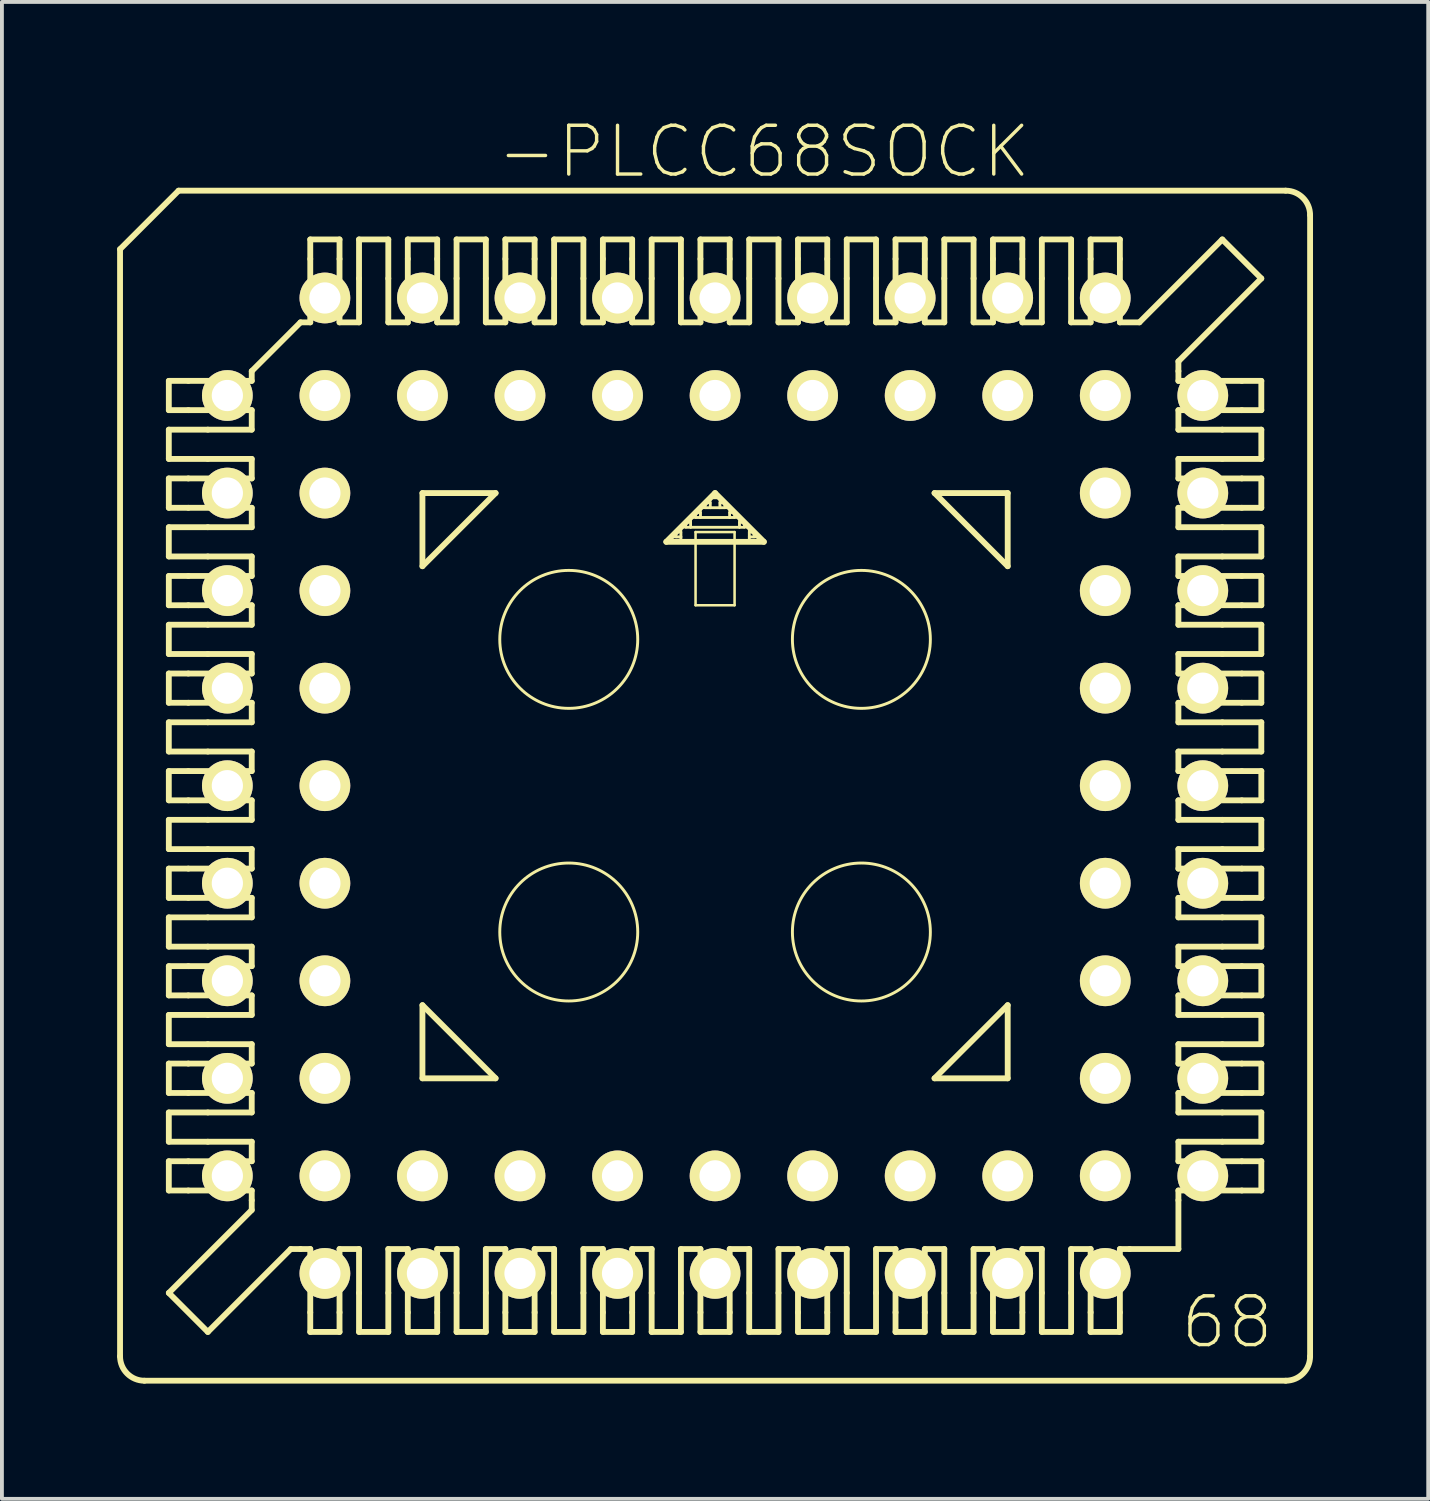
<source format=kicad_pcb>
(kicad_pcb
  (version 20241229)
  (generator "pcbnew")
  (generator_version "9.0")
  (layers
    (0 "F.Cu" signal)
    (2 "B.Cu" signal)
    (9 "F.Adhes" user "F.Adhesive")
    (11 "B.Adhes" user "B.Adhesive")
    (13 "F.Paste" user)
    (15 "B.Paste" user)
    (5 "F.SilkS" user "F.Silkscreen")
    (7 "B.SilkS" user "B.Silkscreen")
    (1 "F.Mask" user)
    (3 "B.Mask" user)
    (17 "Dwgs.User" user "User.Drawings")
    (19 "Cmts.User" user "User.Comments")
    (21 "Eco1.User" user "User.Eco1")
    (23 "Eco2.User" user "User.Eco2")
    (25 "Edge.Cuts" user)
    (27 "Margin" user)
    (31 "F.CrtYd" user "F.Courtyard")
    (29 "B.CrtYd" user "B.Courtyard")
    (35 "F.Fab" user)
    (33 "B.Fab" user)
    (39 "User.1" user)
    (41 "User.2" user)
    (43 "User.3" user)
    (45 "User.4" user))
  (footprint "-PLCC68SOCK"
    (layer "F.Cu")
    (at 15.57 17.409)
    (property "Reference" "-PLCC68SOCK" (at 1.27 -16.51 0) (layer "F.SilkS") (effects (font (size 1.27 1.27) (thickness 0.089))))
    (attr exclude_from_pos_files exclude_from_bom)
    (fp_line (start -15.494 -13.97) (end -15.494 14.859) (stroke (width 0.152) (type solid)) (layer "F.SilkS"))
    (fp_line (start -14.224 -10.541) (end -14.224 -9.779) (stroke (width 0.152) (type solid)) (layer "F.SilkS"))
    (fp_line (start -14.224 -9.779) (end -13.716 -9.779) (stroke (width 0.152) (type solid)) (layer "F.SilkS"))
    (fp_line (start -14.224 -9.271) (end -14.224 -8.509) (stroke (width 0.152) (type solid)) (layer "F.SilkS"))
    (fp_line (start -14.224 -8.509) (end -13.208 -8.509) (stroke (width 0.152) (type solid)) (layer "F.SilkS"))
    (fp_line (start -14.224 -8.001) (end -13.716 -8.001) (stroke (width 0.152) (type solid)) (layer "F.SilkS"))
    (fp_line (start -14.224 -7.236) (end -14.224 -8.001) (stroke (width 0.152) (type solid)) (layer "F.SilkS"))
    (fp_line (start -14.224 -6.731) (end -14.224 -5.969) (stroke (width 0.152) (type solid)) (layer "F.SilkS"))
    (fp_line (start -14.224 -5.969) (end -13.208 -5.969) (stroke (width 0.152) (type solid)) (layer "F.SilkS"))
    (fp_line (start -14.224 -5.461) (end -14.224 -4.699) (stroke (width 0.152) (type solid)) (layer "F.SilkS"))
    (fp_line (start -14.224 -4.699) (end -13.716 -4.699) (stroke (width 0.152) (type solid)) (layer "F.SilkS"))
    (fp_line (start -14.224 -4.191) (end -14.224 -3.429) (stroke (width 0.152) (type solid)) (layer "F.SilkS"))
    (fp_line (start -14.224 -3.429) (end -13.208 -3.429) (stroke (width 0.152) (type solid)) (layer "F.SilkS"))
    (fp_line (start -14.224 -2.921) (end -14.224 -2.159) (stroke (width 0.152) (type solid)) (layer "F.SilkS"))
    (fp_line (start -14.224 -2.159) (end -13.716 -2.159) (stroke (width 0.152) (type solid)) (layer "F.SilkS"))
    (fp_line (start -14.224 -1.651) (end -13.208 -1.651) (stroke (width 0.152) (type solid)) (layer "F.SilkS"))
    (fp_line (start -14.224 -0.889) (end -14.224 -1.651) (stroke (width 0.152) (type solid)) (layer "F.SilkS"))
    (fp_line (start -14.224 -0.381) (end -13.716 -0.381) (stroke (width 0.152) (type solid)) (layer "F.SilkS"))
    (fp_line (start -14.224 0.381) (end -14.224 -0.381) (stroke (width 0.152) (type solid)) (layer "F.SilkS"))
    (fp_line (start -14.224 0.889) (end -13.208 0.889) (stroke (width 0.152) (type solid)) (layer "F.SilkS"))
    (fp_line (start -14.224 1.651) (end -14.224 0.889) (stroke (width 0.152) (type solid)) (layer "F.SilkS"))
    (fp_line (start -14.224 2.159) (end -13.716 2.159) (stroke (width 0.152) (type solid)) (layer "F.SilkS"))
    (fp_line (start -14.224 2.921) (end -14.224 2.159) (stroke (width 0.152) (type solid)) (layer "F.SilkS"))
    (fp_line (start -14.224 3.429) (end -13.208 3.429) (stroke (width 0.152) (type solid)) (layer "F.SilkS"))
    (fp_line (start -14.224 4.191) (end -14.224 3.429) (stroke (width 0.152) (type solid)) (layer "F.SilkS"))
    (fp_line (start -14.224 4.699) (end -13.716 4.699) (stroke (width 0.152) (type solid)) (layer "F.SilkS"))
    (fp_line (start -14.224 5.461) (end -14.224 4.699) (stroke (width 0.152) (type solid)) (layer "F.SilkS"))
    (fp_line (start -14.224 5.969) (end -14.224 6.731) (stroke (width 0.152) (type solid)) (layer "F.SilkS"))
    (fp_line (start -14.224 6.731) (end -13.208 6.731) (stroke (width 0.152) (type solid)) (layer "F.SilkS"))
    (fp_line (start -14.224 7.236) (end -14.224 8.001) (stroke (width 0.152) (type solid)) (layer "F.SilkS"))
    (fp_line (start -14.224 8.001) (end -13.716 8.001) (stroke (width 0.152) (type solid)) (layer "F.SilkS"))
    (fp_line (start -14.224 8.509) (end -14.224 9.271) (stroke (width 0.152) (type solid)) (layer "F.SilkS"))
    (fp_line (start -14.224 9.271) (end -13.208 9.271) (stroke (width 0.152) (type solid)) (layer "F.SilkS"))
    (fp_line (start -14.224 9.779) (end -13.716 9.779) (stroke (width 0.152) (type solid)) (layer "F.SilkS"))
    (fp_line (start -14.224 10.541) (end -14.224 9.779) (stroke (width 0.152) (type solid)) (layer "F.SilkS"))
    (fp_line (start -14.224 13.208) (end -12.065 11.049) (stroke (width 0.152) (type solid)) (layer "F.SilkS"))
    (fp_line (start -13.97 -15.494) (end -15.494 -13.97) (stroke (width 0.152) (type solid)) (layer "F.SilkS"))
    (fp_line (start -13.716 -10.541) (end -14.224 -10.541) (stroke (width 0.152) (type solid)) (layer "F.SilkS"))
    (fp_line (start -13.716 -10.541) (end -12.065 -10.541) (stroke (width 0.152) (type solid)) (layer "F.SilkS"))
    (fp_line (start -13.716 -7.236) (end -14.224 -7.236) (stroke (width 0.152) (type solid)) (layer "F.SilkS"))
    (fp_line (start -13.716 -7.236) (end -12.065 -7.236) (stroke (width 0.152) (type solid)) (layer "F.SilkS"))
    (fp_line (start -13.716 -5.461) (end -14.224 -5.461) (stroke (width 0.152) (type solid)) (layer "F.SilkS"))
    (fp_line (start -13.716 -5.461) (end -12.065 -5.461) (stroke (width 0.152) (type solid)) (layer "F.SilkS"))
    (fp_line (start -13.716 -2.921) (end -14.224 -2.921) (stroke (width 0.152) (type solid)) (layer "F.SilkS"))
    (fp_line (start -13.716 -2.921) (end -12.065 -2.921) (stroke (width 0.152) (type solid)) (layer "F.SilkS"))
    (fp_line (start -13.716 0.381) (end -14.224 0.381) (stroke (width 0.152) (type solid)) (layer "F.SilkS"))
    (fp_line (start -13.716 0.381) (end -12.065 0.381) (stroke (width 0.152) (type solid)) (layer "F.SilkS"))
    (fp_line (start -13.716 2.921) (end -14.224 2.921) (stroke (width 0.152) (type solid)) (layer "F.SilkS"))
    (fp_line (start -13.716 2.921) (end -12.065 2.921) (stroke (width 0.152) (type solid)) (layer "F.SilkS"))
    (fp_line (start -13.716 5.461) (end -14.224 5.461) (stroke (width 0.152) (type solid)) (layer "F.SilkS"))
    (fp_line (start -13.716 5.461) (end -12.065 5.461) (stroke (width 0.152) (type solid)) (layer "F.SilkS"))
    (fp_line (start -13.716 7.236) (end -14.224 7.236) (stroke (width 0.152) (type solid)) (layer "F.SilkS"))
    (fp_line (start -13.716 7.236) (end -12.065 7.236) (stroke (width 0.152) (type solid)) (layer "F.SilkS"))
    (fp_line (start -13.716 9.779) (end -12.065 9.779) (stroke (width 0.152) (type solid)) (layer "F.SilkS"))
    (fp_line (start -13.716 10.541) (end -14.224 10.541) (stroke (width 0.152) (type solid)) (layer "F.SilkS"))
    (fp_line (start -13.716 10.541) (end -12.065 10.541) (stroke (width 0.152) (type solid)) (layer "F.SilkS"))
    (fp_line (start -13.208 -9.271) (end -14.224 -9.271) (stroke (width 0.152) (type solid)) (layer "F.SilkS"))
    (fp_line (start -13.208 -9.271) (end -12.065 -9.271) (stroke (width 0.152) (type solid)) (layer "F.SilkS"))
    (fp_line (start -13.208 -6.731) (end -14.224 -6.731) (stroke (width 0.152) (type solid)) (layer "F.SilkS"))
    (fp_line (start -13.208 -6.731) (end -12.065 -6.731) (stroke (width 0.152) (type solid)) (layer "F.SilkS"))
    (fp_line (start -13.208 -4.191) (end -14.224 -4.191) (stroke (width 0.152) (type solid)) (layer "F.SilkS"))
    (fp_line (start -13.208 -4.191) (end -12.065 -4.191) (stroke (width 0.152) (type solid)) (layer "F.SilkS"))
    (fp_line (start -13.208 -0.889) (end -14.224 -0.889) (stroke (width 0.152) (type solid)) (layer "F.SilkS"))
    (fp_line (start -13.208 -0.889) (end -12.065 -0.889) (stroke (width 0.152) (type solid)) (layer "F.SilkS"))
    (fp_line (start -13.208 1.651) (end -14.224 1.651) (stroke (width 0.152) (type solid)) (layer "F.SilkS"))
    (fp_line (start -13.208 1.651) (end -12.065 1.651) (stroke (width 0.152) (type solid)) (layer "F.SilkS"))
    (fp_line (start -13.208 4.191) (end -14.224 4.191) (stroke (width 0.152) (type solid)) (layer "F.SilkS"))
    (fp_line (start -13.208 4.191) (end -12.065 4.191) (stroke (width 0.152) (type solid)) (layer "F.SilkS"))
    (fp_line (start -13.208 5.969) (end -14.224 5.969) (stroke (width 0.152) (type solid)) (layer "F.SilkS"))
    (fp_line (start -13.208 5.969) (end -12.065 5.969) (stroke (width 0.152) (type solid)) (layer "F.SilkS"))
    (fp_line (start -13.208 8.509) (end -14.224 8.509) (stroke (width 0.152) (type solid)) (layer "F.SilkS"))
    (fp_line (start -13.208 8.509) (end -12.065 8.509) (stroke (width 0.152) (type solid)) (layer "F.SilkS"))
    (fp_line (start -13.208 14.224) (end -14.224 13.208) (stroke (width 0.152) (type solid)) (layer "F.SilkS"))
    (fp_line (start -13.208 14.224) (end -11.049 12.065) (stroke (width 0.152) (type solid)) (layer "F.SilkS"))
    (fp_line (start -12.065 -10.795) (end -10.795 -12.065) (stroke (width 0.152) (type solid)) (layer "F.SilkS"))
    (fp_line (start -12.065 -10.541) (end -12.065 -10.795) (stroke (width 0.152) (type solid)) (layer "F.SilkS"))
    (fp_line (start -12.065 -9.779) (end -13.716 -9.779) (stroke (width 0.152) (type solid)) (layer "F.SilkS"))
    (fp_line (start -12.065 -9.779) (end -12.065 -9.271) (stroke (width 0.152) (type solid)) (layer "F.SilkS"))
    (fp_line (start -12.065 -8.509) (end -13.208 -8.509) (stroke (width 0.152) (type solid)) (layer "F.SilkS"))
    (fp_line (start -12.065 -8.001) (end -13.716 -8.001) (stroke (width 0.152) (type solid)) (layer "F.SilkS"))
    (fp_line (start -12.065 -8.001) (end -12.065 -8.509) (stroke (width 0.152) (type solid)) (layer "F.SilkS"))
    (fp_line (start -12.065 -6.731) (end -12.065 -7.236) (stroke (width 0.152) (type solid)) (layer "F.SilkS"))
    (fp_line (start -12.065 -5.969) (end -13.208 -5.969) (stroke (width 0.152) (type solid)) (layer "F.SilkS"))
    (fp_line (start -12.065 -5.969) (end -12.065 -5.461) (stroke (width 0.152) (type solid)) (layer "F.SilkS"))
    (fp_line (start -12.065 -4.699) (end -13.716 -4.699) (stroke (width 0.152) (type solid)) (layer "F.SilkS"))
    (fp_line (start -12.065 -4.699) (end -12.065 -4.191) (stroke (width 0.152) (type solid)) (layer "F.SilkS"))
    (fp_line (start -12.065 -3.429) (end -13.208 -3.429) (stroke (width 0.152) (type solid)) (layer "F.SilkS"))
    (fp_line (start -12.065 -3.429) (end -12.065 -2.921) (stroke (width 0.152) (type solid)) (layer "F.SilkS"))
    (fp_line (start -12.065 -2.159) (end -13.716 -2.159) (stroke (width 0.152) (type solid)) (layer "F.SilkS"))
    (fp_line (start -12.065 -2.159) (end -12.065 -1.651) (stroke (width 0.152) (type solid)) (layer "F.SilkS"))
    (fp_line (start -12.065 -1.651) (end -13.208 -1.651) (stroke (width 0.152) (type solid)) (layer "F.SilkS"))
    (fp_line (start -12.065 -0.381) (end -13.716 -0.381) (stroke (width 0.152) (type solid)) (layer "F.SilkS"))
    (fp_line (start -12.065 -0.381) (end -12.065 -0.889) (stroke (width 0.152) (type solid)) (layer "F.SilkS"))
    (fp_line (start -12.065 0.889) (end -13.208 0.889) (stroke (width 0.152) (type solid)) (layer "F.SilkS"))
    (fp_line (start -12.065 0.889) (end -12.065 0.381) (stroke (width 0.152) (type solid)) (layer "F.SilkS"))
    (fp_line (start -12.065 2.159) (end -13.716 2.159) (stroke (width 0.152) (type solid)) (layer "F.SilkS"))
    (fp_line (start -12.065 2.159) (end -12.065 1.651) (stroke (width 0.152) (type solid)) (layer "F.SilkS"))
    (fp_line (start -12.065 3.429) (end -13.208 3.429) (stroke (width 0.152) (type solid)) (layer "F.SilkS"))
    (fp_line (start -12.065 3.429) (end -12.065 2.921) (stroke (width 0.152) (type solid)) (layer "F.SilkS"))
    (fp_line (start -12.065 4.699) (end -13.716 4.699) (stroke (width 0.152) (type solid)) (layer "F.SilkS"))
    (fp_line (start -12.065 4.699) (end -12.065 4.191) (stroke (width 0.152) (type solid)) (layer "F.SilkS"))
    (fp_line (start -12.065 5.461) (end -12.065 5.969) (stroke (width 0.152) (type solid)) (layer "F.SilkS"))
    (fp_line (start -12.065 6.731) (end -13.208 6.731) (stroke (width 0.152) (type solid)) (layer "F.SilkS"))
    (fp_line (start -12.065 6.731) (end -12.065 7.236) (stroke (width 0.152) (type solid)) (layer "F.SilkS"))
    (fp_line (start -12.065 8.001) (end -13.716 8.001) (stroke (width 0.152) (type solid)) (layer "F.SilkS"))
    (fp_line (start -12.065 8.001) (end -12.065 8.509) (stroke (width 0.152) (type solid)) (layer "F.SilkS"))
    (fp_line (start -12.065 9.271) (end -13.208 9.271) (stroke (width 0.152) (type solid)) (layer "F.SilkS"))
    (fp_line (start -12.065 9.271) (end -12.065 9.779) (stroke (width 0.152) (type solid)) (layer "F.SilkS"))
    (fp_line (start -12.065 10.541) (end -12.065 10.795) (stroke (width 0.152) (type solid)) (layer "F.SilkS"))
    (fp_line (start -12.065 11.049) (end -12.065 10.795) (stroke (width 0.152) (type solid)) (layer "F.SilkS"))
    (fp_line (start -11.049 12.065) (end -10.795 12.065) (stroke (width 0.152) (type solid)) (layer "F.SilkS"))
    (fp_line (start -10.795 -12.065) (end -10.541 -12.065) (stroke (width 0.152) (type solid)) (layer "F.SilkS"))
    (fp_line (start -10.541 -14.224) (end -10.541 -13.716) (stroke (width 0.152) (type solid)) (layer "F.SilkS"))
    (fp_line (start -10.541 -12.065) (end -10.541 -13.716) (stroke (width 0.152) (type solid)) (layer "F.SilkS"))
    (fp_line (start -10.541 12.065) (end -10.795 12.065) (stroke (width 0.152) (type solid)) (layer "F.SilkS"))
    (fp_line (start -10.541 13.716) (end -10.541 12.065) (stroke (width 0.152) (type solid)) (layer "F.SilkS"))
    (fp_line (start -10.541 13.716) (end -10.541 14.224) (stroke (width 0.152) (type solid)) (layer "F.SilkS"))
    (fp_line (start -10.541 14.224) (end -9.779 14.224) (stroke (width 0.152) (type solid)) (layer "F.SilkS"))
    (fp_line (start -9.779 -14.224) (end -10.541 -14.224) (stroke (width 0.152) (type solid)) (layer "F.SilkS"))
    (fp_line (start -9.779 -13.716) (end -9.779 -14.224) (stroke (width 0.152) (type solid)) (layer "F.SilkS"))
    (fp_line (start -9.779 -13.716) (end -9.779 -12.065) (stroke (width 0.152) (type solid)) (layer "F.SilkS"))
    (fp_line (start -9.779 12.065) (end -9.779 13.716) (stroke (width 0.152) (type solid)) (layer "F.SilkS"))
    (fp_line (start -9.779 12.065) (end -9.271 12.065) (stroke (width 0.152) (type solid)) (layer "F.SilkS"))
    (fp_line (start -9.779 14.224) (end -9.779 13.716) (stroke (width 0.152) (type solid)) (layer "F.SilkS"))
    (fp_line (start -9.271 -14.224) (end -9.271 -13.208) (stroke (width 0.152) (type solid)) (layer "F.SilkS"))
    (fp_line (start -9.271 -12.065) (end -9.779 -12.065) (stroke (width 0.152) (type solid)) (layer "F.SilkS"))
    (fp_line (start -9.271 -12.065) (end -9.271 -13.208) (stroke (width 0.152) (type solid)) (layer "F.SilkS"))
    (fp_line (start -9.271 13.208) (end -9.271 12.065) (stroke (width 0.152) (type solid)) (layer "F.SilkS"))
    (fp_line (start -9.271 13.208) (end -9.271 14.224) (stroke (width 0.152) (type solid)) (layer "F.SilkS"))
    (fp_line (start -9.271 14.224) (end -8.509 14.224) (stroke (width 0.152) (type solid)) (layer "F.SilkS"))
    (fp_line (start -8.509 -14.224) (end -9.271 -14.224) (stroke (width 0.152) (type solid)) (layer "F.SilkS"))
    (fp_line (start -8.509 -13.208) (end -8.509 -14.224) (stroke (width 0.152) (type solid)) (layer "F.SilkS"))
    (fp_line (start -8.509 -13.208) (end -8.509 -12.065) (stroke (width 0.152) (type solid)) (layer "F.SilkS"))
    (fp_line (start -8.509 12.065) (end -8.509 13.208) (stroke (width 0.152) (type solid)) (layer "F.SilkS"))
    (fp_line (start -8.509 14.224) (end -8.509 13.208) (stroke (width 0.152) (type solid)) (layer "F.SilkS"))
    (fp_line (start -8.001 -14.224) (end -8.001 -13.716) (stroke (width 0.152) (type solid)) (layer "F.SilkS"))
    (fp_line (start -8.001 -12.065) (end -8.509 -12.065) (stroke (width 0.152) (type solid)) (layer "F.SilkS"))
    (fp_line (start -8.001 -12.065) (end -8.001 -13.716) (stroke (width 0.152) (type solid)) (layer "F.SilkS"))
    (fp_line (start -8.001 12.065) (end -8.509 12.065) (stroke (width 0.152) (type solid)) (layer "F.SilkS"))
    (fp_line (start -8.001 12.065) (end -8.001 13.716) (stroke (width 0.152) (type solid)) (layer "F.SilkS"))
    (fp_line (start -8.001 14.224) (end -8.001 13.716) (stroke (width 0.152) (type solid)) (layer "F.SilkS"))
    (fp_line (start -7.62 -7.62) (end -5.715 -7.62) (stroke (width 0.152) (type solid)) (layer "F.SilkS"))
    (fp_line (start -7.62 -5.715) (end -7.62 -7.62) (stroke (width 0.152) (type solid)) (layer "F.SilkS"))
    (fp_line (start -7.62 5.715) (end -5.715 7.62) (stroke (width 0.152) (type solid)) (layer "F.SilkS"))
    (fp_line (start -7.62 7.62) (end -7.62 5.715) (stroke (width 0.152) (type solid)) (layer "F.SilkS"))
    (fp_line (start -7.236 -14.224) (end -8.001 -14.224) (stroke (width 0.152) (type solid)) (layer "F.SilkS"))
    (fp_line (start -7.236 -13.716) (end -7.236 -14.224) (stroke (width 0.152) (type solid)) (layer "F.SilkS"))
    (fp_line (start -7.236 -13.716) (end -7.236 -12.065) (stroke (width 0.152) (type solid)) (layer "F.SilkS"))
    (fp_line (start -7.236 13.716) (end -7.236 12.065) (stroke (width 0.152) (type solid)) (layer "F.SilkS"))
    (fp_line (start -7.236 13.716) (end -7.236 14.224) (stroke (width 0.152) (type solid)) (layer "F.SilkS"))
    (fp_line (start -7.236 14.224) (end -8.001 14.224) (stroke (width 0.152) (type solid)) (layer "F.SilkS"))
    (fp_line (start -6.731 -14.224) (end -6.731 -13.208) (stroke (width 0.152) (type solid)) (layer "F.SilkS"))
    (fp_line (start -6.731 -12.065) (end -7.236 -12.065) (stroke (width 0.152) (type solid)) (layer "F.SilkS"))
    (fp_line (start -6.731 -12.065) (end -6.731 -13.208) (stroke (width 0.152) (type solid)) (layer "F.SilkS"))
    (fp_line (start -6.731 12.065) (end -7.236 12.065) (stroke (width 0.152) (type solid)) (layer "F.SilkS"))
    (fp_line (start -6.731 13.208) (end -6.731 12.065) (stroke (width 0.152) (type solid)) (layer "F.SilkS"))
    (fp_line (start -6.731 13.208) (end -6.731 14.224) (stroke (width 0.152) (type solid)) (layer "F.SilkS"))
    (fp_line (start -6.731 14.224) (end -5.969 14.224) (stroke (width 0.152) (type solid)) (layer "F.SilkS"))
    (fp_line (start -5.969 -14.224) (end -6.731 -14.224) (stroke (width 0.152) (type solid)) (layer "F.SilkS"))
    (fp_line (start -5.969 -13.208) (end -5.969 -14.224) (stroke (width 0.152) (type solid)) (layer "F.SilkS"))
    (fp_line (start -5.969 -13.208) (end -5.969 -12.065) (stroke (width 0.152) (type solid)) (layer "F.SilkS"))
    (fp_line (start -5.969 12.065) (end -5.969 13.208) (stroke (width 0.152) (type solid)) (layer "F.SilkS"))
    (fp_line (start -5.969 12.065) (end -5.461 12.065) (stroke (width 0.152) (type solid)) (layer "F.SilkS"))
    (fp_line (start -5.969 14.224) (end -5.969 13.208) (stroke (width 0.152) (type solid)) (layer "F.SilkS"))
    (fp_line (start -5.715 -7.62) (end -7.62 -5.715) (stroke (width 0.152) (type solid)) (layer "F.SilkS"))
    (fp_line (start -5.715 7.62) (end -7.62 7.62) (stroke (width 0.152) (type solid)) (layer "F.SilkS"))
    (fp_line (start -5.461 -14.224) (end -5.461 -13.716) (stroke (width 0.152) (type solid)) (layer "F.SilkS"))
    (fp_line (start -5.461 -12.065) (end -5.969 -12.065) (stroke (width 0.152) (type solid)) (layer "F.SilkS"))
    (fp_line (start -5.461 -12.065) (end -5.461 -13.716) (stroke (width 0.152) (type solid)) (layer "F.SilkS"))
    (fp_line (start -5.461 13.716) (end -5.461 12.065) (stroke (width 0.152) (type solid)) (layer "F.SilkS"))
    (fp_line (start -5.461 13.716) (end -5.461 14.224) (stroke (width 0.152) (type solid)) (layer "F.SilkS"))
    (fp_line (start -5.461 14.224) (end -4.699 14.224) (stroke (width 0.152) (type solid)) (layer "F.SilkS"))
    (fp_line (start -4.699 -14.224) (end -5.461 -14.224) (stroke (width 0.152) (type solid)) (layer "F.SilkS"))
    (fp_line (start -4.699 -13.716) (end -4.699 -14.224) (stroke (width 0.152) (type solid)) (layer "F.SilkS"))
    (fp_line (start -4.699 -13.716) (end -4.699 -12.065) (stroke (width 0.152) (type solid)) (layer "F.SilkS"))
    (fp_line (start -4.699 12.065) (end -4.699 13.716) (stroke (width 0.152) (type solid)) (layer "F.SilkS"))
    (fp_line (start -4.699 12.065) (end -4.191 12.065) (stroke (width 0.152) (type solid)) (layer "F.SilkS"))
    (fp_line (start -4.699 14.224) (end -4.699 13.716) (stroke (width 0.152) (type solid)) (layer "F.SilkS"))
    (fp_line (start -4.191 -14.224) (end -4.191 -13.208) (stroke (width 0.152) (type solid)) (layer "F.SilkS"))
    (fp_line (start -4.191 -12.065) (end -4.699 -12.065) (stroke (width 0.152) (type solid)) (layer "F.SilkS"))
    (fp_line (start -4.191 -12.065) (end -4.191 -13.208) (stroke (width 0.152) (type solid)) (layer "F.SilkS"))
    (fp_line (start -4.191 13.208) (end -4.191 12.065) (stroke (width 0.152) (type solid)) (layer "F.SilkS"))
    (fp_line (start -4.191 13.208) (end -4.191 14.224) (stroke (width 0.152) (type solid)) (layer "F.SilkS"))
    (fp_line (start -4.191 14.224) (end -3.429 14.224) (stroke (width 0.152) (type solid)) (layer "F.SilkS"))
    (fp_line (start -3.429 -14.224) (end -4.191 -14.224) (stroke (width 0.152) (type solid)) (layer "F.SilkS"))
    (fp_line (start -3.429 -13.208) (end -3.429 -14.224) (stroke (width 0.152) (type solid)) (layer "F.SilkS"))
    (fp_line (start -3.429 -13.208) (end -3.429 -12.065) (stroke (width 0.152) (type solid)) (layer "F.SilkS"))
    (fp_line (start -3.429 12.065) (end -3.429 13.208) (stroke (width 0.152) (type solid)) (layer "F.SilkS"))
    (fp_line (start -3.429 12.065) (end -2.921 12.065) (stroke (width 0.152) (type solid)) (layer "F.SilkS"))
    (fp_line (start -3.429 14.224) (end -3.429 13.208) (stroke (width 0.152) (type solid)) (layer "F.SilkS"))
    (fp_line (start -2.921 -14.224) (end -2.921 -13.716) (stroke (width 0.152) (type solid)) (layer "F.SilkS"))
    (fp_line (start -2.921 -12.065) (end -3.429 -12.065) (stroke (width 0.152) (type solid)) (layer "F.SilkS"))
    (fp_line (start -2.921 -12.065) (end -2.921 -13.716) (stroke (width 0.152) (type solid)) (layer "F.SilkS"))
    (fp_line (start -2.921 13.716) (end -2.921 12.065) (stroke (width 0.152) (type solid)) (layer "F.SilkS"))
    (fp_line (start -2.921 13.716) (end -2.921 14.224) (stroke (width 0.152) (type solid)) (layer "F.SilkS"))
    (fp_line (start -2.921 14.224) (end -2.159 14.224) (stroke (width 0.152) (type solid)) (layer "F.SilkS"))
    (fp_line (start -2.159 -14.224) (end -2.921 -14.224) (stroke (width 0.152) (type solid)) (layer "F.SilkS"))
    (fp_line (start -2.159 -13.716) (end -2.159 -14.224) (stroke (width 0.152) (type solid)) (layer "F.SilkS"))
    (fp_line (start -2.159 -13.716) (end -2.159 -12.065) (stroke (width 0.152) (type solid)) (layer "F.SilkS"))
    (fp_line (start -2.159 12.065) (end -2.159 13.716) (stroke (width 0.152) (type solid)) (layer "F.SilkS"))
    (fp_line (start -2.159 12.065) (end -1.651 12.065) (stroke (width 0.152) (type solid)) (layer "F.SilkS"))
    (fp_line (start -2.159 14.224) (end -2.159 13.716) (stroke (width 0.152) (type solid)) (layer "F.SilkS"))
    (fp_line (start -1.651 -14.224) (end -1.651 -13.208) (stroke (width 0.152) (type solid)) (layer "F.SilkS"))
    (fp_line (start -1.651 -12.065) (end -2.159 -12.065) (stroke (width 0.152) (type solid)) (layer "F.SilkS"))
    (fp_line (start -1.651 -12.065) (end -1.651 -13.208) (stroke (width 0.152) (type solid)) (layer "F.SilkS"))
    (fp_line (start -1.651 13.208) (end -1.651 12.065) (stroke (width 0.152) (type solid)) (layer "F.SilkS"))
    (fp_line (start -1.651 13.208) (end -1.651 14.224) (stroke (width 0.152) (type solid)) (layer "F.SilkS"))
    (fp_line (start -1.651 14.224) (end -0.889 14.224) (stroke (width 0.152) (type solid)) (layer "F.SilkS"))
    (fp_line (start -1.27 -6.35) (end 1.27 -6.35) (stroke (width 0.152) (type solid)) (layer "F.SilkS"))
    (fp_line (start -1.143 -6.477) (end -0.889 -6.477) (stroke (width 0.066) (type solid)) (layer "F.SilkS"))
    (fp_line (start -1.143 -6.35) (end -1.143 -6.477) (stroke (width 0.066) (type solid)) (layer "F.SilkS"))
    (fp_line (start -1.143 -6.35) (end -0.889 -6.35) (stroke (width 0.066) (type solid)) (layer "F.SilkS"))
    (fp_line (start -1.016 -6.604) (end -0.889 -6.604) (stroke (width 0.066) (type solid)) (layer "F.SilkS"))
    (fp_line (start -1.016 -6.477) (end -1.016 -6.604) (stroke (width 0.066) (type solid)) (layer "F.SilkS"))
    (fp_line (start -1.016 -6.477) (end -0.889 -6.477) (stroke (width 0.066) (type solid)) (layer "F.SilkS"))
    (fp_line (start -0.889 -14.224) (end -1.651 -14.224) (stroke (width 0.152) (type solid)) (layer "F.SilkS"))
    (fp_line (start -0.889 -13.208) (end -0.889 -14.224) (stroke (width 0.152) (type solid)) (layer "F.SilkS"))
    (fp_line (start -0.889 -13.208) (end -0.889 -12.065) (stroke (width 0.152) (type solid)) (layer "F.SilkS"))
    (fp_line (start -0.889 -6.731) (end 0.889 -6.731) (stroke (width 0.066) (type solid)) (layer "F.SilkS"))
    (fp_line (start -0.889 -6.477) (end -0.889 -6.604) (stroke (width 0.066) (type solid)) (layer "F.SilkS"))
    (fp_line (start -0.889 -6.35) (end -0.889 -6.731) (stroke (width 0.066) (type solid)) (layer "F.SilkS"))
    (fp_line (start -0.889 -6.35) (end -0.889 -6.477) (stroke (width 0.066) (type solid)) (layer "F.SilkS"))
    (fp_line (start -0.889 -6.35) (end 0.889 -6.35) (stroke (width 0.066) (type solid)) (layer "F.SilkS"))
    (fp_line (start -0.889 12.065) (end -0.889 13.208) (stroke (width 0.152) (type solid)) (layer "F.SilkS"))
    (fp_line (start -0.889 12.065) (end -0.381 12.065) (stroke (width 0.152) (type solid)) (layer "F.SilkS"))
    (fp_line (start -0.889 14.224) (end -0.889 13.208) (stroke (width 0.152) (type solid)) (layer "F.SilkS"))
    (fp_line (start -0.762 -6.858) (end -0.635 -6.858) (stroke (width 0.066) (type solid)) (layer "F.SilkS"))
    (fp_line (start -0.762 -6.731) (end -0.762 -6.858) (stroke (width 0.066) (type solid)) (layer "F.SilkS"))
    (fp_line (start -0.762 -6.731) (end -0.635 -6.731) (stroke (width 0.066) (type solid)) (layer "F.SilkS"))
    (fp_line (start -0.635 -6.985) (end 0.635 -6.985) (stroke (width 0.066) (type solid)) (layer "F.SilkS"))
    (fp_line (start -0.635 -6.731) (end -0.635 -6.985) (stroke (width 0.066) (type solid)) (layer "F.SilkS"))
    (fp_line (start -0.635 -6.731) (end -0.635 -6.858) (stroke (width 0.066) (type solid)) (layer "F.SilkS"))
    (fp_line (start -0.635 -6.731) (end 0.635 -6.731) (stroke (width 0.066) (type solid)) (layer "F.SilkS"))
    (fp_line (start -0.508 -7.112) (end -0.381 -7.112) (stroke (width 0.066) (type solid)) (layer "F.SilkS"))
    (fp_line (start -0.508 -6.985) (end -0.508 -7.112) (stroke (width 0.066) (type solid)) (layer "F.SilkS"))
    (fp_line (start -0.508 -6.985) (end -0.381 -6.985) (stroke (width 0.066) (type solid)) (layer "F.SilkS"))
    (fp_line (start -0.508 -6.604) (end 0.508 -6.604) (stroke (width 0.066) (type solid)) (layer "F.SilkS"))
    (fp_line (start -0.508 -4.699) (end -0.508 -6.604) (stroke (width 0.066) (type solid)) (layer "F.SilkS"))
    (fp_line (start -0.508 -4.699) (end 0.508 -4.699) (stroke (width 0.066) (type solid)) (layer "F.SilkS"))
    (fp_line (start -0.381 -14.224) (end -0.381 -13.716) (stroke (width 0.152) (type solid)) (layer "F.SilkS"))
    (fp_line (start -0.381 -12.065) (end -0.889 -12.065) (stroke (width 0.152) (type solid)) (layer "F.SilkS"))
    (fp_line (start -0.381 -12.065) (end -0.381 -13.716) (stroke (width 0.152) (type solid)) (layer "F.SilkS"))
    (fp_line (start -0.381 -7.236) (end 0.381 -7.236) (stroke (width 0.066) (type solid)) (layer "F.SilkS"))
    (fp_line (start -0.381 -6.985) (end -0.381 -7.236) (stroke (width 0.066) (type solid)) (layer "F.SilkS"))
    (fp_line (start -0.381 -6.985) (end -0.381 -7.112) (stroke (width 0.066) (type solid)) (layer "F.SilkS"))
    (fp_line (start -0.381 -6.985) (end 0.381 -6.985) (stroke (width 0.066) (type solid)) (layer "F.SilkS"))
    (fp_line (start -0.381 13.716) (end -0.381 12.065) (stroke (width 0.152) (type solid)) (layer "F.SilkS"))
    (fp_line (start -0.381 13.716) (end -0.381 14.224) (stroke (width 0.152) (type solid)) (layer "F.SilkS"))
    (fp_line (start -0.381 14.224) (end 0.381 14.224) (stroke (width 0.152) (type solid)) (layer "F.SilkS"))
    (fp_line (start -0.254 -7.366) (end -0.127 -7.366) (stroke (width 0.066) (type solid)) (layer "F.SilkS"))
    (fp_line (start -0.254 -7.236) (end -0.254 -7.366) (stroke (width 0.066) (type solid)) (layer "F.SilkS"))
    (fp_line (start -0.254 -7.236) (end -0.127 -7.236) (stroke (width 0.066) (type solid)) (layer "F.SilkS"))
    (fp_line (start -0.127 -7.493) (end 0.127 -7.493) (stroke (width 0.066) (type solid)) (layer "F.SilkS"))
    (fp_line (start -0.127 -7.236) (end -0.127 -7.493) (stroke (width 0.066) (type solid)) (layer "F.SilkS"))
    (fp_line (start -0.127 -7.236) (end -0.127 -7.366) (stroke (width 0.066) (type solid)) (layer "F.SilkS"))
    (fp_line (start -0.127 -7.236) (end 0.127 -7.236) (stroke (width 0.066) (type solid)) (layer "F.SilkS"))
    (fp_line (start 0 -7.62) (end -1.27 -6.35) (stroke (width 0.152) (type solid)) (layer "F.SilkS"))
    (fp_line (start 0.127 -7.366) (end 0.254 -7.366) (stroke (width 0.066) (type solid)) (layer "F.SilkS"))
    (fp_line (start 0.127 -7.236) (end 0.127 -7.493) (stroke (width 0.066) (type solid)) (layer "F.SilkS"))
    (fp_line (start 0.127 -7.236) (end 0.127 -7.366) (stroke (width 0.066) (type solid)) (layer "F.SilkS"))
    (fp_line (start 0.127 -7.236) (end 0.254 -7.236) (stroke (width 0.066) (type solid)) (layer "F.SilkS"))
    (fp_line (start 0.254 -7.236) (end 0.254 -7.366) (stroke (width 0.066) (type solid)) (layer "F.SilkS"))
    (fp_line (start 0.381 -14.224) (end -0.381 -14.224) (stroke (width 0.152) (type solid)) (layer "F.SilkS"))
    (fp_line (start 0.381 -13.716) (end 0.381 -14.224) (stroke (width 0.152) (type solid)) (layer "F.SilkS"))
    (fp_line (start 0.381 -13.716) (end 0.381 -12.065) (stroke (width 0.152) (type solid)) (layer "F.SilkS"))
    (fp_line (start 0.381 -7.112) (end 0.508 -7.112) (stroke (width 0.066) (type solid)) (layer "F.SilkS"))
    (fp_line (start 0.381 -6.985) (end 0.381 -7.236) (stroke (width 0.066) (type solid)) (layer "F.SilkS"))
    (fp_line (start 0.381 -6.985) (end 0.381 -7.112) (stroke (width 0.066) (type solid)) (layer "F.SilkS"))
    (fp_line (start 0.381 -6.985) (end 0.508 -6.985) (stroke (width 0.066) (type solid)) (layer "F.SilkS"))
    (fp_line (start 0.381 12.065) (end 0.381 13.716) (stroke (width 0.152) (type solid)) (layer "F.SilkS"))
    (fp_line (start 0.381 12.065) (end 0.889 12.065) (stroke (width 0.152) (type solid)) (layer "F.SilkS"))
    (fp_line (start 0.381 14.224) (end 0.381 13.716) (stroke (width 0.152) (type solid)) (layer "F.SilkS"))
    (fp_line (start 0.508 -6.985) (end 0.508 -7.112) (stroke (width 0.066) (type solid)) (layer "F.SilkS"))
    (fp_line (start 0.508 -4.699) (end 0.508 -6.604) (stroke (width 0.066) (type solid)) (layer "F.SilkS"))
    (fp_line (start 0.635 -6.858) (end 0.762 -6.858) (stroke (width 0.066) (type solid)) (layer "F.SilkS"))
    (fp_line (start 0.635 -6.731) (end 0.635 -6.985) (stroke (width 0.066) (type solid)) (layer "F.SilkS"))
    (fp_line (start 0.635 -6.731) (end 0.635 -6.858) (stroke (width 0.066) (type solid)) (layer "F.SilkS"))
    (fp_line (start 0.635 -6.731) (end 0.762 -6.731) (stroke (width 0.066) (type solid)) (layer "F.SilkS"))
    (fp_line (start 0.762 -6.731) (end 0.762 -6.858) (stroke (width 0.066) (type solid)) (layer "F.SilkS"))
    (fp_line (start 0.889 -14.224) (end 0.889 -13.208) (stroke (width 0.152) (type solid)) (layer "F.SilkS"))
    (fp_line (start 0.889 -12.065) (end 0.381 -12.065) (stroke (width 0.152) (type solid)) (layer "F.SilkS"))
    (fp_line (start 0.889 -12.065) (end 0.889 -13.208) (stroke (width 0.152) (type solid)) (layer "F.SilkS"))
    (fp_line (start 0.889 -6.604) (end 1.016 -6.604) (stroke (width 0.066) (type solid)) (layer "F.SilkS"))
    (fp_line (start 0.889 -6.477) (end 0.889 -6.604) (stroke (width 0.066) (type solid)) (layer "F.SilkS"))
    (fp_line (start 0.889 -6.477) (end 1.016 -6.477) (stroke (width 0.066) (type solid)) (layer "F.SilkS"))
    (fp_line (start 0.889 -6.477) (end 1.143 -6.477) (stroke (width 0.066) (type solid)) (layer "F.SilkS"))
    (fp_line (start 0.889 -6.35) (end 0.889 -6.731) (stroke (width 0.066) (type solid)) (layer "F.SilkS"))
    (fp_line (start 0.889 -6.35) (end 0.889 -6.477) (stroke (width 0.066) (type solid)) (layer "F.SilkS"))
    (fp_line (start 0.889 -6.35) (end 1.143 -6.35) (stroke (width 0.066) (type solid)) (layer "F.SilkS"))
    (fp_line (start 0.889 13.208) (end 0.889 12.065) (stroke (width 0.152) (type solid)) (layer "F.SilkS"))
    (fp_line (start 0.889 13.208) (end 0.889 14.224) (stroke (width 0.152) (type solid)) (layer "F.SilkS"))
    (fp_line (start 0.889 14.224) (end 1.651 14.224) (stroke (width 0.152) (type solid)) (layer "F.SilkS"))
    (fp_line (start 1.016 -6.477) (end 1.016 -6.604) (stroke (width 0.066) (type solid)) (layer "F.SilkS"))
    (fp_line (start 1.143 -6.35) (end 1.143 -6.477) (stroke (width 0.066) (type solid)) (layer "F.SilkS"))
    (fp_line (start 1.27 -6.35) (end 0 -7.62) (stroke (width 0.152) (type solid)) (layer "F.SilkS"))
    (fp_line (start 1.651 -14.224) (end 0.889 -14.224) (stroke (width 0.152) (type solid)) (layer "F.SilkS"))
    (fp_line (start 1.651 -13.208) (end 1.651 -14.224) (stroke (width 0.152) (type solid)) (layer "F.SilkS"))
    (fp_line (start 1.651 -13.208) (end 1.651 -12.065) (stroke (width 0.152) (type solid)) (layer "F.SilkS"))
    (fp_line (start 1.651 12.065) (end 1.651 13.208) (stroke (width 0.152) (type solid)) (layer "F.SilkS"))
    (fp_line (start 1.651 12.065) (end 2.159 12.065) (stroke (width 0.152) (type solid)) (layer "F.SilkS"))
    (fp_line (start 1.651 14.224) (end 1.651 13.208) (stroke (width 0.152) (type solid)) (layer "F.SilkS"))
    (fp_line (start 2.159 -14.224) (end 2.159 -13.716) (stroke (width 0.152) (type solid)) (layer "F.SilkS"))
    (fp_line (start 2.159 -12.065) (end 1.651 -12.065) (stroke (width 0.152) (type solid)) (layer "F.SilkS"))
    (fp_line (start 2.159 -12.065) (end 2.159 -13.716) (stroke (width 0.152) (type solid)) (layer "F.SilkS"))
    (fp_line (start 2.159 13.716) (end 2.159 12.065) (stroke (width 0.152) (type solid)) (layer "F.SilkS"))
    (fp_line (start 2.159 13.716) (end 2.159 14.224) (stroke (width 0.152) (type solid)) (layer "F.SilkS"))
    (fp_line (start 2.159 14.224) (end 2.921 14.224) (stroke (width 0.152) (type solid)) (layer "F.SilkS"))
    (fp_line (start 2.921 -14.224) (end 2.159 -14.224) (stroke (width 0.152) (type solid)) (layer "F.SilkS"))
    (fp_line (start 2.921 -13.716) (end 2.921 -14.224) (stroke (width 0.152) (type solid)) (layer "F.SilkS"))
    (fp_line (start 2.921 -13.716) (end 2.921 -12.065) (stroke (width 0.152) (type solid)) (layer "F.SilkS"))
    (fp_line (start 2.921 12.065) (end 2.921 13.716) (stroke (width 0.152) (type solid)) (layer "F.SilkS"))
    (fp_line (start 2.921 12.065) (end 3.429 12.065) (stroke (width 0.152) (type solid)) (layer "F.SilkS"))
    (fp_line (start 2.921 14.224) (end 2.921 13.716) (stroke (width 0.152) (type solid)) (layer "F.SilkS"))
    (fp_line (start 3.429 -14.224) (end 3.429 -13.208) (stroke (width 0.152) (type solid)) (layer "F.SilkS"))
    (fp_line (start 3.429 -12.065) (end 2.921 -12.065) (stroke (width 0.152) (type solid)) (layer "F.SilkS"))
    (fp_line (start 3.429 -12.065) (end 3.429 -13.208) (stroke (width 0.152) (type solid)) (layer "F.SilkS"))
    (fp_line (start 3.429 13.208) (end 3.429 12.065) (stroke (width 0.152) (type solid)) (layer "F.SilkS"))
    (fp_line (start 3.429 13.208) (end 3.429 14.224) (stroke (width 0.152) (type solid)) (layer "F.SilkS"))
    (fp_line (start 3.429 14.224) (end 4.191 14.224) (stroke (width 0.152) (type solid)) (layer "F.SilkS"))
    (fp_line (start 4.191 -14.224) (end 3.429 -14.224) (stroke (width 0.152) (type solid)) (layer "F.SilkS"))
    (fp_line (start 4.191 -13.208) (end 4.191 -14.224) (stroke (width 0.152) (type solid)) (layer "F.SilkS"))
    (fp_line (start 4.191 -13.208) (end 4.191 -12.065) (stroke (width 0.152) (type solid)) (layer "F.SilkS"))
    (fp_line (start 4.191 12.065) (end 4.191 13.208) (stroke (width 0.152) (type solid)) (layer "F.SilkS"))
    (fp_line (start 4.191 12.065) (end 4.699 12.065) (stroke (width 0.152) (type solid)) (layer "F.SilkS"))
    (fp_line (start 4.191 14.224) (end 4.191 13.208) (stroke (width 0.152) (type solid)) (layer "F.SilkS"))
    (fp_line (start 4.699 -14.224) (end 4.699 -13.716) (stroke (width 0.152) (type solid)) (layer "F.SilkS"))
    (fp_line (start 4.699 -12.065) (end 4.191 -12.065) (stroke (width 0.152) (type solid)) (layer "F.SilkS"))
    (fp_line (start 4.699 -12.065) (end 4.699 -13.716) (stroke (width 0.152) (type solid)) (layer "F.SilkS"))
    (fp_line (start 4.699 13.716) (end 4.699 12.065) (stroke (width 0.152) (type solid)) (layer "F.SilkS"))
    (fp_line (start 4.699 13.716) (end 4.699 14.224) (stroke (width 0.152) (type solid)) (layer "F.SilkS"))
    (fp_line (start 4.699 14.224) (end 5.461 14.224) (stroke (width 0.152) (type solid)) (layer "F.SilkS"))
    (fp_line (start 5.461 -14.224) (end 4.699 -14.224) (stroke (width 0.152) (type solid)) (layer "F.SilkS"))
    (fp_line (start 5.461 -13.716) (end 5.461 -14.224) (stroke (width 0.152) (type solid)) (layer "F.SilkS"))
    (fp_line (start 5.461 -13.716) (end 5.461 -12.065) (stroke (width 0.152) (type solid)) (layer "F.SilkS"))
    (fp_line (start 5.461 12.065) (end 5.461 13.716) (stroke (width 0.152) (type solid)) (layer "F.SilkS"))
    (fp_line (start 5.461 12.065) (end 5.969 12.065) (stroke (width 0.152) (type solid)) (layer "F.SilkS"))
    (fp_line (start 5.461 14.224) (end 5.461 13.716) (stroke (width 0.152) (type solid)) (layer "F.SilkS"))
    (fp_line (start 5.715 -7.62) (end 7.62 -7.62) (stroke (width 0.152) (type solid)) (layer "F.SilkS"))
    (fp_line (start 5.715 7.62) (end 7.62 7.62) (stroke (width 0.152) (type solid)) (layer "F.SilkS"))
    (fp_line (start 5.969 -14.224) (end 5.969 -13.208) (stroke (width 0.152) (type solid)) (layer "F.SilkS"))
    (fp_line (start 5.969 -12.065) (end 5.461 -12.065) (stroke (width 0.152) (type solid)) (layer "F.SilkS"))
    (fp_line (start 5.969 -12.065) (end 5.969 -13.208) (stroke (width 0.152) (type solid)) (layer "F.SilkS"))
    (fp_line (start 5.969 13.208) (end 5.969 12.065) (stroke (width 0.152) (type solid)) (layer "F.SilkS"))
    (fp_line (start 5.969 13.208) (end 5.969 14.224) (stroke (width 0.152) (type solid)) (layer "F.SilkS"))
    (fp_line (start 5.969 14.224) (end 6.731 14.224) (stroke (width 0.152) (type solid)) (layer "F.SilkS"))
    (fp_line (start 6.731 -14.224) (end 5.969 -14.224) (stroke (width 0.152) (type solid)) (layer "F.SilkS"))
    (fp_line (start 6.731 -13.208) (end 6.731 -14.224) (stroke (width 0.152) (type solid)) (layer "F.SilkS"))
    (fp_line (start 6.731 -13.208) (end 6.731 -12.065) (stroke (width 0.152) (type solid)) (layer "F.SilkS"))
    (fp_line (start 6.731 -12.065) (end 7.236 -12.065) (stroke (width 0.152) (type solid)) (layer "F.SilkS"))
    (fp_line (start 6.731 12.065) (end 6.731 13.208) (stroke (width 0.152) (type solid)) (layer "F.SilkS"))
    (fp_line (start 6.731 12.065) (end 7.236 12.065) (stroke (width 0.152) (type solid)) (layer "F.SilkS"))
    (fp_line (start 6.731 14.224) (end 6.731 13.208) (stroke (width 0.152) (type solid)) (layer "F.SilkS"))
    (fp_line (start 7.236 -14.224) (end 8.001 -14.224) (stroke (width 0.152) (type solid)) (layer "F.SilkS"))
    (fp_line (start 7.236 -13.716) (end 7.236 -14.224) (stroke (width 0.152) (type solid)) (layer "F.SilkS"))
    (fp_line (start 7.236 -13.716) (end 7.236 -12.065) (stroke (width 0.152) (type solid)) (layer "F.SilkS"))
    (fp_line (start 7.236 13.716) (end 7.236 12.065) (stroke (width 0.152) (type solid)) (layer "F.SilkS"))
    (fp_line (start 7.236 13.716) (end 7.236 14.224) (stroke (width 0.152) (type solid)) (layer "F.SilkS"))
    (fp_line (start 7.236 14.224) (end 8.001 14.224) (stroke (width 0.152) (type solid)) (layer "F.SilkS"))
    (fp_line (start 7.62 -7.62) (end 7.62 -5.715) (stroke (width 0.152) (type solid)) (layer "F.SilkS"))
    (fp_line (start 7.62 -5.715) (end 5.715 -7.62) (stroke (width 0.152) (type solid)) (layer "F.SilkS"))
    (fp_line (start 7.62 5.715) (end 5.715 7.62) (stroke (width 0.152) (type solid)) (layer "F.SilkS"))
    (fp_line (start 7.62 7.62) (end 7.62 5.715) (stroke (width 0.152) (type solid)) (layer "F.SilkS"))
    (fp_line (start 8.001 -14.224) (end 8.001 -13.716) (stroke (width 0.152) (type solid)) (layer "F.SilkS"))
    (fp_line (start 8.001 -12.065) (end 8.001 -13.716) (stroke (width 0.152) (type solid)) (layer "F.SilkS"))
    (fp_line (start 8.001 -12.065) (end 8.509 -12.065) (stroke (width 0.152) (type solid)) (layer "F.SilkS"))
    (fp_line (start 8.001 12.065) (end 8.001 13.716) (stroke (width 0.152) (type solid)) (layer "F.SilkS"))
    (fp_line (start 8.001 12.065) (end 8.509 12.065) (stroke (width 0.152) (type solid)) (layer "F.SilkS"))
    (fp_line (start 8.001 14.224) (end 8.001 13.716) (stroke (width 0.152) (type solid)) (layer "F.SilkS"))
    (fp_line (start 8.509 -14.224) (end 8.509 -13.208) (stroke (width 0.152) (type solid)) (layer "F.SilkS"))
    (fp_line (start 8.509 -12.065) (end 8.509 -13.208) (stroke (width 0.152) (type solid)) (layer "F.SilkS"))
    (fp_line (start 8.509 13.208) (end 8.509 12.065) (stroke (width 0.152) (type solid)) (layer "F.SilkS"))
    (fp_line (start 8.509 13.208) (end 8.509 14.224) (stroke (width 0.152) (type solid)) (layer "F.SilkS"))
    (fp_line (start 8.509 14.224) (end 9.271 14.224) (stroke (width 0.152) (type solid)) (layer "F.SilkS"))
    (fp_line (start 9.271 -14.224) (end 8.509 -14.224) (stroke (width 0.152) (type solid)) (layer "F.SilkS"))
    (fp_line (start 9.271 -13.208) (end 9.271 -14.224) (stroke (width 0.152) (type solid)) (layer "F.SilkS"))
    (fp_line (start 9.271 -13.208) (end 9.271 -12.065) (stroke (width 0.152) (type solid)) (layer "F.SilkS"))
    (fp_line (start 9.271 13.208) (end 9.271 12.065) (stroke (width 0.152) (type solid)) (layer "F.SilkS"))
    (fp_line (start 9.271 14.224) (end 9.271 13.208) (stroke (width 0.152) (type solid)) (layer "F.SilkS"))
    (fp_line (start 9.779 -14.224) (end 9.779 -13.716) (stroke (width 0.152) (type solid)) (layer "F.SilkS"))
    (fp_line (start 9.779 -12.065) (end 9.271 -12.065) (stroke (width 0.152) (type solid)) (layer "F.SilkS"))
    (fp_line (start 9.779 -12.065) (end 9.779 -13.716) (stroke (width 0.152) (type solid)) (layer "F.SilkS"))
    (fp_line (start 9.779 12.065) (end 9.271 12.065) (stroke (width 0.152) (type solid)) (layer "F.SilkS"))
    (fp_line (start 9.779 13.716) (end 9.779 12.065) (stroke (width 0.152) (type solid)) (layer "F.SilkS"))
    (fp_line (start 9.779 13.716) (end 9.779 14.224) (stroke (width 0.152) (type solid)) (layer "F.SilkS"))
    (fp_line (start 9.779 14.224) (end 10.541 14.224) (stroke (width 0.152) (type solid)) (layer "F.SilkS"))
    (fp_line (start 10.541 -14.224) (end 9.779 -14.224) (stroke (width 0.152) (type solid)) (layer "F.SilkS"))
    (fp_line (start 10.541 -13.716) (end 10.541 -14.224) (stroke (width 0.152) (type solid)) (layer "F.SilkS"))
    (fp_line (start 10.541 -13.716) (end 10.541 -12.065) (stroke (width 0.152) (type solid)) (layer "F.SilkS"))
    (fp_line (start 10.541 12.065) (end 10.541 13.716) (stroke (width 0.152) (type solid)) (layer "F.SilkS"))
    (fp_line (start 10.541 14.224) (end 10.541 13.716) (stroke (width 0.152) (type solid)) (layer "F.SilkS"))
    (fp_line (start 10.795 12.065) (end 10.541 12.065) (stroke (width 0.152) (type solid)) (layer "F.SilkS"))
    (fp_line (start 10.795 12.065) (end 12.065 12.065) (stroke (width 0.152) (type solid)) (layer "F.SilkS"))
    (fp_line (start 11.049 -12.065) (end 10.541 -12.065) (stroke (width 0.152) (type solid)) (layer "F.SilkS"))
    (fp_line (start 12.065 -11.049) (end 12.065 -10.795) (stroke (width 0.152) (type solid)) (layer "F.SilkS"))
    (fp_line (start 12.065 -10.541) (end 12.065 -10.795) (stroke (width 0.152) (type solid)) (layer "F.SilkS"))
    (fp_line (start 12.065 -9.779) (end 12.065 -9.271) (stroke (width 0.152) (type solid)) (layer "F.SilkS"))
    (fp_line (start 12.065 -9.779) (end 13.716 -9.779) (stroke (width 0.152) (type solid)) (layer "F.SilkS"))
    (fp_line (start 12.065 -9.271) (end 13.208 -9.271) (stroke (width 0.152) (type solid)) (layer "F.SilkS"))
    (fp_line (start 12.065 -8.001) (end 12.065 -8.509) (stroke (width 0.152) (type solid)) (layer "F.SilkS"))
    (fp_line (start 12.065 -8.001) (end 13.716 -8.001) (stroke (width 0.152) (type solid)) (layer "F.SilkS"))
    (fp_line (start 12.065 -6.731) (end 12.065 -7.236) (stroke (width 0.152) (type solid)) (layer "F.SilkS"))
    (fp_line (start 12.065 -6.731) (end 13.208 -6.731) (stroke (width 0.152) (type solid)) (layer "F.SilkS"))
    (fp_line (start 12.065 -5.461) (end 12.065 -5.969) (stroke (width 0.152) (type solid)) (layer "F.SilkS"))
    (fp_line (start 12.065 -4.699) (end 12.065 -4.191) (stroke (width 0.152) (type solid)) (layer "F.SilkS"))
    (fp_line (start 12.065 -4.699) (end 13.716 -4.699) (stroke (width 0.152) (type solid)) (layer "F.SilkS"))
    (fp_line (start 12.065 -3.429) (end 12.065 -2.921) (stroke (width 0.152) (type solid)) (layer "F.SilkS"))
    (fp_line (start 12.065 -3.429) (end 13.208 -3.429) (stroke (width 0.152) (type solid)) (layer "F.SilkS"))
    (fp_line (start 12.065 -2.159) (end 12.065 -1.651) (stroke (width 0.152) (type solid)) (layer "F.SilkS"))
    (fp_line (start 12.065 -2.159) (end 13.716 -2.159) (stroke (width 0.152) (type solid)) (layer "F.SilkS"))
    (fp_line (start 12.065 -0.889) (end 12.065 -0.381) (stroke (width 0.152) (type solid)) (layer "F.SilkS"))
    (fp_line (start 12.065 -0.889) (end 13.208 -0.889) (stroke (width 0.152) (type solid)) (layer "F.SilkS"))
    (fp_line (start 12.065 0.381) (end 12.065 0.889) (stroke (width 0.152) (type solid)) (layer "F.SilkS"))
    (fp_line (start 12.065 0.381) (end 13.716 0.381) (stroke (width 0.152) (type solid)) (layer "F.SilkS"))
    (fp_line (start 12.065 1.651) (end 12.065 2.159) (stroke (width 0.152) (type solid)) (layer "F.SilkS"))
    (fp_line (start 12.065 1.651) (end 13.208 1.651) (stroke (width 0.152) (type solid)) (layer "F.SilkS"))
    (fp_line (start 12.065 2.159) (end 13.716 2.159) (stroke (width 0.152) (type solid)) (layer "F.SilkS"))
    (fp_line (start 12.065 3.429) (end 12.065 2.921) (stroke (width 0.152) (type solid)) (layer "F.SilkS"))
    (fp_line (start 12.065 3.429) (end 13.208 3.429) (stroke (width 0.152) (type solid)) (layer "F.SilkS"))
    (fp_line (start 12.065 4.699) (end 12.065 4.191) (stroke (width 0.152) (type solid)) (layer "F.SilkS"))
    (fp_line (start 12.065 4.699) (end 13.716 4.699) (stroke (width 0.152) (type solid)) (layer "F.SilkS"))
    (fp_line (start 12.065 5.969) (end 12.065 5.461) (stroke (width 0.152) (type solid)) (layer "F.SilkS"))
    (fp_line (start 12.065 5.969) (end 13.208 5.969) (stroke (width 0.152) (type solid)) (layer "F.SilkS"))
    (fp_line (start 12.065 6.731) (end 12.065 7.236) (stroke (width 0.152) (type solid)) (layer "F.SilkS"))
    (fp_line (start 12.065 8.001) (end 12.065 8.509) (stroke (width 0.152) (type solid)) (layer "F.SilkS"))
    (fp_line (start 12.065 8.001) (end 13.716 8.001) (stroke (width 0.152) (type solid)) (layer "F.SilkS"))
    (fp_line (start 12.065 8.509) (end 13.208 8.509) (stroke (width 0.152) (type solid)) (layer "F.SilkS"))
    (fp_line (start 12.065 9.779) (end 12.065 9.271) (stroke (width 0.152) (type solid)) (layer "F.SilkS"))
    (fp_line (start 12.065 9.779) (end 13.716 9.779) (stroke (width 0.152) (type solid)) (layer "F.SilkS"))
    (fp_line (start 12.065 10.541) (end 12.065 10.795) (stroke (width 0.152) (type solid)) (layer "F.SilkS"))
    (fp_line (start 12.065 12.065) (end 12.065 10.795) (stroke (width 0.152) (type solid)) (layer "F.SilkS"))
    (fp_line (start 13.208 -14.224) (end 11.049 -12.065) (stroke (width 0.152) (type solid)) (layer "F.SilkS"))
    (fp_line (start 13.208 -8.509) (end 12.065 -8.509) (stroke (width 0.152) (type solid)) (layer "F.SilkS"))
    (fp_line (start 13.208 -8.509) (end 14.224 -8.509) (stroke (width 0.152) (type solid)) (layer "F.SilkS"))
    (fp_line (start 13.208 -5.969) (end 12.065 -5.969) (stroke (width 0.152) (type solid)) (layer "F.SilkS"))
    (fp_line (start 13.208 -5.969) (end 14.224 -5.969) (stroke (width 0.152) (type solid)) (layer "F.SilkS"))
    (fp_line (start 13.208 -4.191) (end 12.065 -4.191) (stroke (width 0.152) (type solid)) (layer "F.SilkS"))
    (fp_line (start 13.208 -4.191) (end 14.224 -4.191) (stroke (width 0.152) (type solid)) (layer "F.SilkS"))
    (fp_line (start 13.208 -1.651) (end 12.065 -1.651) (stroke (width 0.152) (type solid)) (layer "F.SilkS"))
    (fp_line (start 13.208 -1.651) (end 14.224 -1.651) (stroke (width 0.152) (type solid)) (layer "F.SilkS"))
    (fp_line (start 13.208 0.889) (end 12.065 0.889) (stroke (width 0.152) (type solid)) (layer "F.SilkS"))
    (fp_line (start 13.208 0.889) (end 14.224 0.889) (stroke (width 0.152) (type solid)) (layer "F.SilkS"))
    (fp_line (start 13.208 4.191) (end 12.065 4.191) (stroke (width 0.152) (type solid)) (layer "F.SilkS"))
    (fp_line (start 13.208 4.191) (end 14.224 4.191) (stroke (width 0.152) (type solid)) (layer "F.SilkS"))
    (fp_line (start 13.208 6.731) (end 12.065 6.731) (stroke (width 0.152) (type solid)) (layer "F.SilkS"))
    (fp_line (start 13.208 6.731) (end 14.224 6.731) (stroke (width 0.152) (type solid)) (layer "F.SilkS"))
    (fp_line (start 13.208 9.271) (end 12.065 9.271) (stroke (width 0.152) (type solid)) (layer "F.SilkS"))
    (fp_line (start 13.208 9.271) (end 14.224 9.271) (stroke (width 0.152) (type solid)) (layer "F.SilkS"))
    (fp_line (start 13.716 -10.541) (end 12.065 -10.541) (stroke (width 0.152) (type solid)) (layer "F.SilkS"))
    (fp_line (start 13.716 -10.541) (end 14.224 -10.541) (stroke (width 0.152) (type solid)) (layer "F.SilkS"))
    (fp_line (start 13.716 -7.236) (end 12.065 -7.236) (stroke (width 0.152) (type solid)) (layer "F.SilkS"))
    (fp_line (start 13.716 -7.236) (end 14.224 -7.236) (stroke (width 0.152) (type solid)) (layer "F.SilkS"))
    (fp_line (start 13.716 -5.461) (end 12.065 -5.461) (stroke (width 0.152) (type solid)) (layer "F.SilkS"))
    (fp_line (start 13.716 -5.461) (end 14.224 -5.461) (stroke (width 0.152) (type solid)) (layer "F.SilkS"))
    (fp_line (start 13.716 -2.921) (end 12.065 -2.921) (stroke (width 0.152) (type solid)) (layer "F.SilkS"))
    (fp_line (start 13.716 -2.921) (end 14.224 -2.921) (stroke (width 0.152) (type solid)) (layer "F.SilkS"))
    (fp_line (start 13.716 -0.381) (end 12.065 -0.381) (stroke (width 0.152) (type solid)) (layer "F.SilkS"))
    (fp_line (start 13.716 -0.381) (end 14.224 -0.381) (stroke (width 0.152) (type solid)) (layer "F.SilkS"))
    (fp_line (start 13.716 2.921) (end 12.065 2.921) (stroke (width 0.152) (type solid)) (layer "F.SilkS"))
    (fp_line (start 13.716 2.921) (end 14.224 2.921) (stroke (width 0.152) (type solid)) (layer "F.SilkS"))
    (fp_line (start 13.716 5.461) (end 12.065 5.461) (stroke (width 0.152) (type solid)) (layer "F.SilkS"))
    (fp_line (start 13.716 5.461) (end 14.224 5.461) (stroke (width 0.152) (type solid)) (layer "F.SilkS"))
    (fp_line (start 13.716 7.236) (end 12.065 7.236) (stroke (width 0.152) (type solid)) (layer "F.SilkS"))
    (fp_line (start 13.716 7.236) (end 14.224 7.236) (stroke (width 0.152) (type solid)) (layer "F.SilkS"))
    (fp_line (start 13.716 10.541) (end 12.065 10.541) (stroke (width 0.152) (type solid)) (layer "F.SilkS"))
    (fp_line (start 13.716 10.541) (end 14.224 10.541) (stroke (width 0.152) (type solid)) (layer "F.SilkS"))
    (fp_line (start 14.224 -13.208) (end 12.065 -11.049) (stroke (width 0.152) (type solid)) (layer "F.SilkS"))
    (fp_line (start 14.224 -13.208) (end 13.208 -14.224) (stroke (width 0.152) (type solid)) (layer "F.SilkS"))
    (fp_line (start 14.224 -10.541) (end 14.224 -9.779) (stroke (width 0.152) (type solid)) (layer "F.SilkS"))
    (fp_line (start 14.224 -9.779) (end 13.716 -9.779) (stroke (width 0.152) (type solid)) (layer "F.SilkS"))
    (fp_line (start 14.224 -9.271) (end 13.208 -9.271) (stroke (width 0.152) (type solid)) (layer "F.SilkS"))
    (fp_line (start 14.224 -8.509) (end 14.224 -9.271) (stroke (width 0.152) (type solid)) (layer "F.SilkS"))
    (fp_line (start 14.224 -8.001) (end 13.716 -8.001) (stroke (width 0.152) (type solid)) (layer "F.SilkS"))
    (fp_line (start 14.224 -7.236) (end 14.224 -8.001) (stroke (width 0.152) (type solid)) (layer "F.SilkS"))
    (fp_line (start 14.224 -6.731) (end 13.208 -6.731) (stroke (width 0.152) (type solid)) (layer "F.SilkS"))
    (fp_line (start 14.224 -5.969) (end 14.224 -6.731) (stroke (width 0.152) (type solid)) (layer "F.SilkS"))
    (fp_line (start 14.224 -5.461) (end 14.224 -4.699) (stroke (width 0.152) (type solid)) (layer "F.SilkS"))
    (fp_line (start 14.224 -4.699) (end 13.716 -4.699) (stroke (width 0.152) (type solid)) (layer "F.SilkS"))
    (fp_line (start 14.224 -4.191) (end 14.224 -3.429) (stroke (width 0.152) (type solid)) (layer "F.SilkS"))
    (fp_line (start 14.224 -3.429) (end 13.208 -3.429) (stroke (width 0.152) (type solid)) (layer "F.SilkS"))
    (fp_line (start 14.224 -2.921) (end 14.224 -2.159) (stroke (width 0.152) (type solid)) (layer "F.SilkS"))
    (fp_line (start 14.224 -2.159) (end 13.716 -2.159) (stroke (width 0.152) (type solid)) (layer "F.SilkS"))
    (fp_line (start 14.224 -1.651) (end 14.224 -0.889) (stroke (width 0.152) (type solid)) (layer "F.SilkS"))
    (fp_line (start 14.224 -0.889) (end 13.208 -0.889) (stroke (width 0.152) (type solid)) (layer "F.SilkS"))
    (fp_line (start 14.224 -0.381) (end 14.224 0.381) (stroke (width 0.152) (type solid)) (layer "F.SilkS"))
    (fp_line (start 14.224 0.381) (end 13.716 0.381) (stroke (width 0.152) (type solid)) (layer "F.SilkS"))
    (fp_line (start 14.224 0.889) (end 14.224 1.651) (stroke (width 0.152) (type solid)) (layer "F.SilkS"))
    (fp_line (start 14.224 1.651) (end 13.208 1.651) (stroke (width 0.152) (type solid)) (layer "F.SilkS"))
    (fp_line (start 14.224 2.159) (end 13.716 2.159) (stroke (width 0.152) (type solid)) (layer "F.SilkS"))
    (fp_line (start 14.224 2.921) (end 14.224 2.159) (stroke (width 0.152) (type solid)) (layer "F.SilkS"))
    (fp_line (start 14.224 3.429) (end 13.208 3.429) (stroke (width 0.152) (type solid)) (layer "F.SilkS"))
    (fp_line (start 14.224 4.191) (end 14.224 3.429) (stroke (width 0.152) (type solid)) (layer "F.SilkS"))
    (fp_line (start 14.224 4.699) (end 13.716 4.699) (stroke (width 0.152) (type solid)) (layer "F.SilkS"))
    (fp_line (start 14.224 5.461) (end 14.224 4.699) (stroke (width 0.152) (type solid)) (layer "F.SilkS"))
    (fp_line (start 14.224 5.969) (end 13.208 5.969) (stroke (width 0.152) (type solid)) (layer "F.SilkS"))
    (fp_line (start 14.224 6.731) (end 14.224 5.969) (stroke (width 0.152) (type solid)) (layer "F.SilkS"))
    (fp_line (start 14.224 7.236) (end 14.224 8.001) (stroke (width 0.152) (type solid)) (layer "F.SilkS"))
    (fp_line (start 14.224 8.001) (end 13.716 8.001) (stroke (width 0.152) (type solid)) (layer "F.SilkS"))
    (fp_line (start 14.224 8.509) (end 13.208 8.509) (stroke (width 0.152) (type solid)) (layer "F.SilkS"))
    (fp_line (start 14.224 9.271) (end 14.224 8.509) (stroke (width 0.152) (type solid)) (layer "F.SilkS"))
    (fp_line (start 14.224 9.779) (end 13.716 9.779) (stroke (width 0.152) (type solid)) (layer "F.SilkS"))
    (fp_line (start 14.224 10.541) (end 14.224 9.779) (stroke (width 0.152) (type solid)) (layer "F.SilkS"))
    (fp_line (start 14.859 -15.494) (end -13.97 -15.494) (stroke (width 0.152) (type solid)) (layer "F.SilkS"))
    (fp_line (start 14.859 15.494) (end -14.859 15.494) (stroke (width 0.152) (type solid)) (layer "F.SilkS"))
    (fp_line (start 15.494 -14.859) (end 15.494 14.859) (stroke (width 0.152) (type solid)) (layer "F.SilkS"))
    (fp_arc (start -14.859 15.494) (mid -15.308013 15.308013) (end -15.494 14.859) (stroke (width 0.1524) (type solid)) (layer "F.SilkS"))
    (fp_arc (start 14.859 -15.494) (mid 15.308013 -15.308013) (end 15.494 -14.859) (stroke (width 0.1524) (type solid)) (layer "F.SilkS"))
    (fp_arc (start 15.494 14.859) (mid 15.308013 15.308013) (end 14.859 15.494) (stroke (width 0.1524) (type solid)) (layer "F.SilkS"))
    (fp_circle (center -3.81 -3.81) (end -5.08 -5.08) (stroke (width 0.076) (type solid)) (fill no) (layer "F.SilkS"))
    (fp_circle (center -3.81 3.81) (end -5.08 5.08) (stroke (width 0.076) (type solid)) (fill no) (layer "F.SilkS"))
    (fp_circle (center 3.81 -3.81) (end 5.08 -5.08) (stroke (width 0.076) (type solid)) (fill no) (layer "F.SilkS"))
    (fp_circle (center 3.81 3.81) (end 5.08 5.08) (stroke (width 0.076) (type solid)) (fill no) (layer "F.SilkS"))
    (fp_text user "68" (at 13.335 13.97 0) (layer "F.SilkS") (effects (font (size 1.27 1.27) (thickness 0.089))))
    (pad "1" thru_hole circle (at 0 -12.7) (size 1.321 1.321) (drill 0.813) (layers "*.Cu" "*.Mask" "F.SilkS"))
    (pad "2" thru_hole circle (at 0 -10.16) (size 1.321 1.321) (drill 0.813) (layers "*.Cu" "*.Mask" "F.SilkS"))
    (pad "3" thru_hole circle (at -2.54 -12.7) (size 1.321 1.321) (drill 0.813) (layers "*.Cu" "*.Mask" "F.SilkS"))
    (pad "4" thru_hole circle (at -2.54 -10.16) (size 1.321 1.321) (drill 0.813) (layers "*.Cu" "*.Mask" "F.SilkS"))
    (pad "5" thru_hole circle (at -5.08 -12.7) (size 1.321 1.321) (drill 0.813) (layers "*.Cu" "*.Mask" "F.SilkS"))
    (pad "6" thru_hole circle (at -5.08 -10.16) (size 1.321 1.321) (drill 0.813) (layers "*.Cu" "*.Mask" "F.SilkS"))
    (pad "7" thru_hole circle (at -7.62 -12.7) (size 1.321 1.321) (drill 0.813) (layers "*.Cu" "*.Mask" "F.SilkS"))
    (pad "8" thru_hole circle (at -7.62 -10.16) (size 1.321 1.321) (drill 0.813) (layers "*.Cu" "*.Mask" "F.SilkS"))
    (pad "9" thru_hole circle (at -10.16 -12.7) (size 1.321 1.321) (drill 0.813) (layers "*.Cu" "*.Mask" "F.SilkS"))
    (pad "10" thru_hole circle (at -12.7 -10.16) (size 1.321 1.321) (drill 0.813) (layers "*.Cu" "*.Mask" "F.SilkS"))
    (pad "11" thru_hole circle (at -10.16 -10.16) (size 1.321 1.321) (drill 0.813) (layers "*.Cu" "*.Mask" "F.SilkS"))
    (pad "12" thru_hole circle (at -12.7 -7.62) (size 1.321 1.321) (drill 0.813) (layers "*.Cu" "*.Mask" "F.SilkS"))
    (pad "13" thru_hole circle (at -10.16 -7.62) (size 1.321 1.321) (drill 0.813) (layers "*.Cu" "*.Mask" "F.SilkS"))
    (pad "14" thru_hole circle (at -12.7 -5.08) (size 1.321 1.321) (drill 0.813) (layers "*.Cu" "*.Mask" "F.SilkS"))
    (pad "15" thru_hole circle (at -10.16 -5.08) (size 1.321 1.321) (drill 0.813) (layers "*.Cu" "*.Mask" "F.SilkS"))
    (pad "16" thru_hole circle (at -12.7 -2.54) (size 1.321 1.321) (drill 0.813) (layers "*.Cu" "*.Mask" "F.SilkS"))
    (pad "17" thru_hole circle (at -10.16 -2.54) (size 1.321 1.321) (drill 0.813) (layers "*.Cu" "*.Mask" "F.SilkS"))
    (pad "18" thru_hole circle (at -12.7 0) (size 1.321 1.321) (drill 0.813) (layers "*.Cu" "*.Mask" "F.SilkS"))
    (pad "19" thru_hole circle (at -10.16 0) (size 1.321 1.321) (drill 0.813) (layers "*.Cu" "*.Mask" "F.SilkS"))
    (pad "20" thru_hole circle (at -12.7 2.54) (size 1.321 1.321) (drill 0.813) (layers "*.Cu" "*.Mask" "F.SilkS"))
    (pad "21" thru_hole circle (at -10.16 2.54) (size 1.321 1.321) (drill 0.813) (layers "*.Cu" "*.Mask" "F.SilkS"))
    (pad "22" thru_hole circle (at -12.7 5.08) (size 1.321 1.321) (drill 0.813) (layers "*.Cu" "*.Mask" "F.SilkS"))
    (pad "23" thru_hole circle (at -10.16 5.08) (size 1.321 1.321) (drill 0.813) (layers "*.Cu" "*.Mask" "F.SilkS"))
    (pad "24" thru_hole circle (at -12.7 7.62) (size 1.321 1.321) (drill 0.813) (layers "*.Cu" "*.Mask" "F.SilkS"))
    (pad "25" thru_hole circle (at -10.16 7.62) (size 1.321 1.321) (drill 0.813) (layers "*.Cu" "*.Mask" "F.SilkS"))
    (pad "26" thru_hole circle (at -12.7 10.16) (size 1.321 1.321) (drill 0.813) (layers "*.Cu" "*.Mask" "F.SilkS"))
    (pad "27" thru_hole circle (at -10.16 12.7) (size 1.321 1.321) (drill 0.813) (layers "*.Cu" "*.Mask" "F.SilkS"))
    (pad "28" thru_hole circle (at -10.16 10.16) (size 1.321 1.321) (drill 0.813) (layers "*.Cu" "*.Mask" "F.SilkS"))
    (pad "29" thru_hole circle (at -7.62 12.7) (size 1.321 1.321) (drill 0.813) (layers "*.Cu" "*.Mask" "F.SilkS"))
    (pad "30" thru_hole circle (at -7.62 10.16) (size 1.321 1.321) (drill 0.813) (layers "*.Cu" "*.Mask" "F.SilkS"))
    (pad "31" thru_hole circle (at -5.08 12.7) (size 1.321 1.321) (drill 0.813) (layers "*.Cu" "*.Mask" "F.SilkS"))
    (pad "32" thru_hole circle (at -5.08 10.16) (size 1.321 1.321) (drill 0.813) (layers "*.Cu" "*.Mask" "F.SilkS"))
    (pad "33" thru_hole circle (at -2.54 12.7) (size 1.321 1.321) (drill 0.813) (layers "*.Cu" "*.Mask" "F.SilkS"))
    (pad "34" thru_hole circle (at -2.54 10.16) (size 1.321 1.321) (drill 0.813) (layers "*.Cu" "*.Mask" "F.SilkS"))
    (pad "35" thru_hole circle (at 0 12.7) (size 1.321 1.321) (drill 0.813) (layers "*.Cu" "*.Mask" "F.SilkS"))
    (pad "36" thru_hole circle (at 0 10.16) (size 1.321 1.321) (drill 0.813) (layers "*.Cu" "*.Mask" "F.SilkS"))
    (pad "37" thru_hole circle (at 2.54 12.7) (size 1.321 1.321) (drill 0.813) (layers "*.Cu" "*.Mask" "F.SilkS"))
    (pad "38" thru_hole circle (at 2.54 10.16) (size 1.321 1.321) (drill 0.813) (layers "*.Cu" "*.Mask" "F.SilkS"))
    (pad "39" thru_hole circle (at 5.08 12.7) (size 1.321 1.321) (drill 0.813) (layers "*.Cu" "*.Mask" "F.SilkS"))
    (pad "40" thru_hole circle (at 5.08 10.16) (size 1.321 1.321) (drill 0.813) (layers "*.Cu" "*.Mask" "F.SilkS"))
    (pad "41" thru_hole circle (at 7.62 12.7) (size 1.321 1.321) (drill 0.813) (layers "*.Cu" "*.Mask" "F.SilkS"))
    (pad "42" thru_hole circle (at 7.62 10.16) (size 1.321 1.321) (drill 0.813) (layers "*.Cu" "*.Mask" "F.SilkS"))
    (pad "43" thru_hole circle (at 10.16 12.7) (size 1.321 1.321) (drill 0.813) (layers "*.Cu" "*.Mask" "F.SilkS"))
    (pad "44" thru_hole circle (at 12.7 10.16) (size 1.321 1.321) (drill 0.813) (layers "*.Cu" "*.Mask" "F.SilkS"))
    (pad "45" thru_hole circle (at 10.16 10.16) (size 1.321 1.321) (drill 0.813) (layers "*.Cu" "*.Mask" "F.SilkS"))
    (pad "46" thru_hole circle (at 12.7 7.62) (size 1.321 1.321) (drill 0.813) (layers "*.Cu" "*.Mask" "F.SilkS"))
    (pad "47" thru_hole circle (at 10.16 7.62) (size 1.321 1.321) (drill 0.813) (layers "*.Cu" "*.Mask" "F.SilkS"))
    (pad "48" thru_hole circle (at 12.7 5.08) (size 1.321 1.321) (drill 0.813) (layers "*.Cu" "*.Mask" "F.SilkS"))
    (pad "49" thru_hole circle (at 10.16 5.08) (size 1.321 1.321) (drill 0.813) (layers "*.Cu" "*.Mask" "F.SilkS"))
    (pad "50" thru_hole circle (at 12.7 2.54) (size 1.321 1.321) (drill 0.813) (layers "*.Cu" "*.Mask" "F.SilkS"))
    (pad "51" thru_hole circle (at 10.16 2.54) (size 1.321 1.321) (drill 0.813) (layers "*.Cu" "*.Mask" "F.SilkS"))
    (pad "52" thru_hole circle (at 12.7 0) (size 1.321 1.321) (drill 0.813) (layers "*.Cu" "*.Mask" "F.SilkS"))
    (pad "53" thru_hole circle (at 10.16 0) (size 1.321 1.321) (drill 0.813) (layers "*.Cu" "*.Mask" "F.SilkS"))
    (pad "54" thru_hole circle (at 12.7 -2.54) (size 1.321 1.321) (drill 0.813) (layers "*.Cu" "*.Mask" "F.SilkS"))
    (pad "55" thru_hole circle (at 10.16 -2.54) (size 1.321 1.321) (drill 0.813) (layers "*.Cu" "*.Mask" "F.SilkS"))
    (pad "56" thru_hole circle (at 12.7 -5.08) (size 1.321 1.321) (drill 0.813) (layers "*.Cu" "*.Mask" "F.SilkS"))
    (pad "57" thru_hole circle (at 10.16 -5.08) (size 1.321 1.321) (drill 0.813) (layers "*.Cu" "*.Mask" "F.SilkS"))
    (pad "58" thru_hole circle (at 12.7 -7.62) (size 1.321 1.321) (drill 0.813) (layers "*.Cu" "*.Mask" "F.SilkS"))
    (pad "59" thru_hole circle (at 10.16 -7.62) (size 1.321 1.321) (drill 0.813) (layers "*.Cu" "*.Mask" "F.SilkS"))
    (pad "60" thru_hole circle (at 12.7 -10.16) (size 1.321 1.321) (drill 0.813) (layers "*.Cu" "*.Mask" "F.SilkS"))
    (pad "61" thru_hole circle (at 10.16 -12.7) (size 1.321 1.321) (drill 0.813) (layers "*.Cu" "*.Mask" "F.SilkS"))
    (pad "62" thru_hole circle (at 10.16 -10.16) (size 1.321 1.321) (drill 0.813) (layers "*.Cu" "*.Mask" "F.SilkS"))
    (pad "63" thru_hole circle (at 7.62 -12.7) (size 1.321 1.321) (drill 0.813) (layers "*.Cu" "*.Mask" "F.SilkS"))
    (pad "64" thru_hole circle (at 7.62 -10.16) (size 1.321 1.321) (drill 0.813) (layers "*.Cu" "*.Mask" "F.SilkS"))
    (pad "65" thru_hole circle (at 5.08 -12.7) (size 1.321 1.321) (drill 0.813) (layers "*.Cu" "*.Mask" "F.SilkS"))
    (pad "66" thru_hole circle (at 5.08 -10.16) (size 1.321 1.321) (drill 0.813) (layers "*.Cu" "*.Mask" "F.SilkS"))
    (pad "67" thru_hole circle (at 2.54 -12.7) (size 1.321 1.321) (drill 0.813) (layers "*.Cu" "*.Mask" "F.SilkS"))
    (pad "68" thru_hole circle (at 2.54 -10.16) (size 1.321 1.321) (drill 0.813) (layers "*.Cu" "*.Mask" "F.SilkS")))
  (gr_rect
    (start -3 -3)
    (end 34.14 35.979)
    (stroke (width 0.1) (type default))
    (fill no)
    (layer "Edge.Cuts")))
</source>
